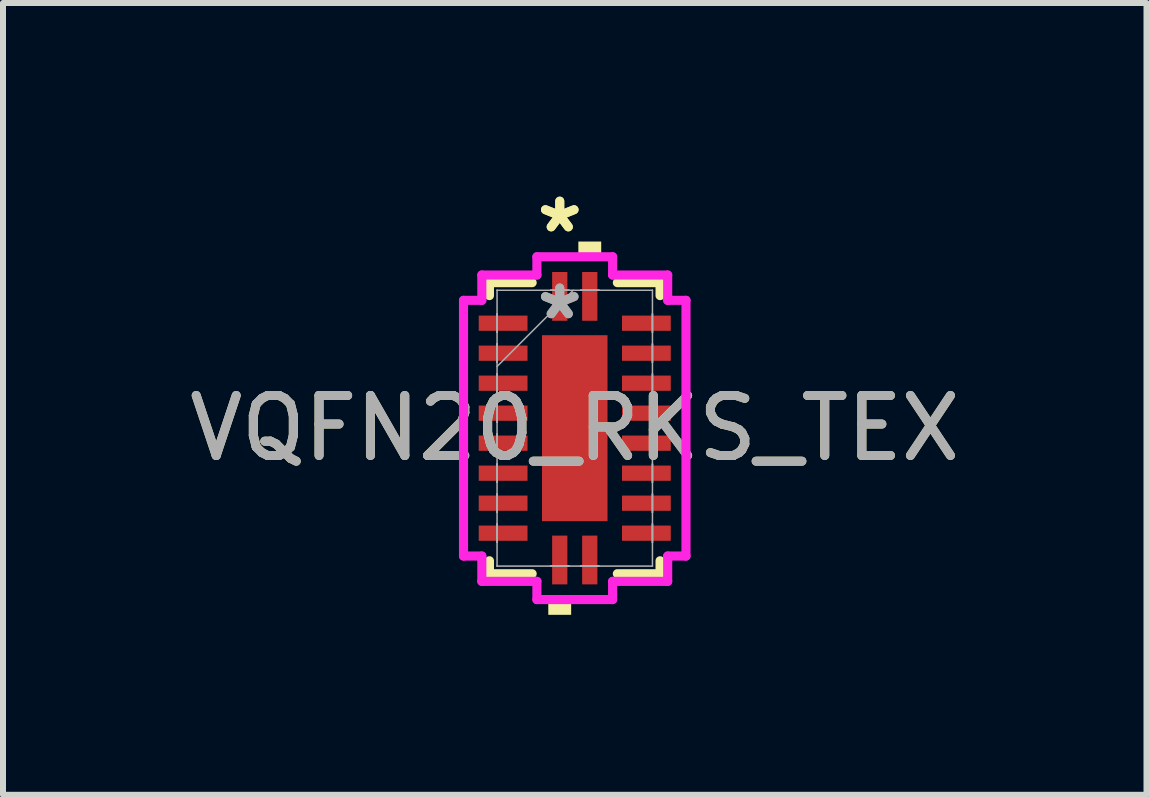
<source format=kicad_pcb>
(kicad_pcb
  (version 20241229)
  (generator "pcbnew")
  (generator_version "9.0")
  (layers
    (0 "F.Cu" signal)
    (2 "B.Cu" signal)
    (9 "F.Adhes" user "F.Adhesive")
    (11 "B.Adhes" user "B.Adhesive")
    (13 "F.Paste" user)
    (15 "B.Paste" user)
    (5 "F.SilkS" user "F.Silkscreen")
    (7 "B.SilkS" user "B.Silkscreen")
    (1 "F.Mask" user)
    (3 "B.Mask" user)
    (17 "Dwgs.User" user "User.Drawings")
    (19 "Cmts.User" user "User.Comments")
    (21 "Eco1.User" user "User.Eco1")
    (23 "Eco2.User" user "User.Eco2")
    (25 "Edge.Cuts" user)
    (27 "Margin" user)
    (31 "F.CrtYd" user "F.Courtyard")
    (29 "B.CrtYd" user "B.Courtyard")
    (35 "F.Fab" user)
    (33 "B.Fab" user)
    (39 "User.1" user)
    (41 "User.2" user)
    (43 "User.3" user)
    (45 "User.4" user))
  (footprint "VQFN20_RKS_TEX"
    (layer "F.Cu")
    (at 6.53 4.087)
    (property "Reference" "VQFN20_RKS_TEX" (at 0 0 0) (unlocked yes) (layer "F.SilkS") (effects (font (size 1 1) (thickness 0.15))))
    (attr smd)
    (fp_line (start -1.422 -2.426) (end -1.422 -2.21) (stroke (width 0.152) (type solid)) (layer "F.SilkS"))
    (fp_line (start -1.422 2.21) (end -1.422 2.426) (stroke (width 0.152) (type solid)) (layer "F.SilkS"))
    (fp_line (start -1.422 2.426) (end -0.71 2.426) (stroke (width 0.152) (type solid)) (layer "F.SilkS"))
    (fp_line (start -0.71 -2.426) (end -1.422 -2.426) (stroke (width 0.152) (type solid)) (layer "F.SilkS"))
    (fp_line (start 0.71 2.426) (end 1.422 2.426) (stroke (width 0.152) (type solid)) (layer "F.SilkS"))
    (fp_line (start 1.422 -2.426) (end 0.71 -2.426) (stroke (width 0.152) (type solid)) (layer "F.SilkS"))
    (fp_line (start 1.422 -2.21) (end 1.422 -2.426) (stroke (width 0.152) (type solid)) (layer "F.SilkS"))
    (fp_line (start 1.422 2.426) (end 1.422 2.21) (stroke (width 0.152) (type solid)) (layer "F.SilkS"))
    (fp_poly (pts (xy -0.441 2.857) (xy -0.441 3.111) (xy -0.06 3.111) (xy -0.06 2.857)) (stroke (width 0) (type solid)) (fill yes) (layer "F.SilkS"))
    (fp_poly (pts (xy 0.06 -2.857) (xy 0.06 -3.111) (xy 0.441 -3.111) (xy 0.441 -2.857)) (stroke (width 0) (type solid)) (fill yes) (layer "F.SilkS"))
    (fp_poly (pts (xy -0.446 -1.449) (xy -0.446 -0.1) (xy 0.446 -0.1) (xy 0.446 -1.449)) (stroke (width 0) (type solid)) (fill yes) (layer "F.Paste"))
    (fp_poly (pts (xy -0.446 0.1) (xy -0.446 1.449) (xy 0.446 1.449) (xy 0.446 0.1)) (stroke (width 0) (type solid)) (fill yes) (layer "F.Paste"))
    (fp_line (start -1.854 -2.131) (end -1.549 -2.131) (stroke (width 0.152) (type solid)) (layer "F.CrtYd"))
    (fp_line (start -1.854 2.131) (end -1.854 -2.131) (stroke (width 0.152) (type solid)) (layer "F.CrtYd"))
    (fp_line (start -1.549 -2.553) (end -0.631 -2.553) (stroke (width 0.152) (type solid)) (layer "F.CrtYd"))
    (fp_line (start -1.549 -2.131) (end -1.549 -2.553) (stroke (width 0.152) (type solid)) (layer "F.CrtYd"))
    (fp_line (start -1.549 2.131) (end -1.854 2.131) (stroke (width 0.152) (type solid)) (layer "F.CrtYd"))
    (fp_line (start -1.549 2.553) (end -1.549 2.131) (stroke (width 0.152) (type solid)) (layer "F.CrtYd"))
    (fp_line (start -0.631 -2.857) (end 0.631 -2.857) (stroke (width 0.152) (type solid)) (layer "F.CrtYd"))
    (fp_line (start -0.631 -2.553) (end -0.631 -2.857) (stroke (width 0.152) (type solid)) (layer "F.CrtYd"))
    (fp_line (start -0.631 2.553) (end -1.549 2.553) (stroke (width 0.152) (type solid)) (layer "F.CrtYd"))
    (fp_line (start -0.631 2.857) (end -0.631 2.553) (stroke (width 0.152) (type solid)) (layer "F.CrtYd"))
    (fp_line (start 0.631 -2.857) (end 0.631 -2.553) (stroke (width 0.152) (type solid)) (layer "F.CrtYd"))
    (fp_line (start 0.631 -2.553) (end 1.549 -2.553) (stroke (width 0.152) (type solid)) (layer "F.CrtYd"))
    (fp_line (start 0.631 2.553) (end 0.631 2.857) (stroke (width 0.152) (type solid)) (layer "F.CrtYd"))
    (fp_line (start 0.631 2.857) (end -0.631 2.857) (stroke (width 0.152) (type solid)) (layer "F.CrtYd"))
    (fp_line (start 1.549 -2.553) (end 1.549 -2.131) (stroke (width 0.152) (type solid)) (layer "F.CrtYd"))
    (fp_line (start 1.549 -2.131) (end 1.854 -2.131) (stroke (width 0.152) (type solid)) (layer "F.CrtYd"))
    (fp_line (start 1.549 2.131) (end 1.549 2.553) (stroke (width 0.152) (type solid)) (layer "F.CrtYd"))
    (fp_line (start 1.549 2.553) (end 0.631 2.553) (stroke (width 0.152) (type solid)) (layer "F.CrtYd"))
    (fp_line (start 1.854 -2.131) (end 1.854 2.131) (stroke (width 0.152) (type solid)) (layer "F.CrtYd"))
    (fp_line (start 1.854 2.131) (end 1.549 2.131) (stroke (width 0.152) (type solid)) (layer "F.CrtYd"))
    (fp_line (start -1.295 -2.299) (end -1.295 -2.299) (stroke (width 0.025) (type solid)) (layer "F.Fab"))
    (fp_line (start -1.295 -2.299) (end -1.295 2.299) (stroke (width 0.025) (type solid)) (layer "F.Fab"))
    (fp_line (start -1.295 -1.903) (end -1.295 -1.903) (stroke (width 0.025) (type solid)) (layer "F.Fab"))
    (fp_line (start -1.295 -1.903) (end -1.295 -1.598) (stroke (width 0.025) (type solid)) (layer "F.Fab"))
    (fp_line (start -1.295 -1.598) (end -1.295 -1.903) (stroke (width 0.025) (type solid)) (layer "F.Fab"))
    (fp_line (start -1.295 -1.598) (end -1.295 -1.598) (stroke (width 0.025) (type solid)) (layer "F.Fab"))
    (fp_line (start -1.295 -1.403) (end -1.295 -1.403) (stroke (width 0.025) (type solid)) (layer "F.Fab"))
    (fp_line (start -1.295 -1.403) (end -1.295 -1.098) (stroke (width 0.025) (type solid)) (layer "F.Fab"))
    (fp_line (start -1.295 -1.098) (end -1.295 -1.403) (stroke (width 0.025) (type solid)) (layer "F.Fab"))
    (fp_line (start -1.295 -1.098) (end -1.295 -1.098) (stroke (width 0.025) (type solid)) (layer "F.Fab"))
    (fp_line (start -1.295 -1.029) (end -0.025 -2.299) (stroke (width 0.025) (type solid)) (layer "F.Fab"))
    (fp_line (start -1.295 -0.903) (end -1.295 -0.903) (stroke (width 0.025) (type solid)) (layer "F.Fab"))
    (fp_line (start -1.295 -0.903) (end -1.295 -0.598) (stroke (width 0.025) (type solid)) (layer "F.Fab"))
    (fp_line (start -1.295 -0.598) (end -1.295 -0.903) (stroke (width 0.025) (type solid)) (layer "F.Fab"))
    (fp_line (start -1.295 -0.598) (end -1.295 -0.598) (stroke (width 0.025) (type solid)) (layer "F.Fab"))
    (fp_line (start -1.295 -0.402) (end -1.295 -0.402) (stroke (width 0.025) (type solid)) (layer "F.Fab"))
    (fp_line (start -1.295 -0.402) (end -1.295 -0.098) (stroke (width 0.025) (type solid)) (layer "F.Fab"))
    (fp_line (start -1.295 -0.098) (end -1.295 -0.402) (stroke (width 0.025) (type solid)) (layer "F.Fab"))
    (fp_line (start -1.295 -0.098) (end -1.295 -0.098) (stroke (width 0.025) (type solid)) (layer "F.Fab"))
    (fp_line (start -1.295 0.098) (end -1.295 0.098) (stroke (width 0.025) (type solid)) (layer "F.Fab"))
    (fp_line (start -1.295 0.098) (end -1.295 0.402) (stroke (width 0.025) (type solid)) (layer "F.Fab"))
    (fp_line (start -1.295 0.402) (end -1.295 0.098) (stroke (width 0.025) (type solid)) (layer "F.Fab"))
    (fp_line (start -1.295 0.402) (end -1.295 0.402) (stroke (width 0.025) (type solid)) (layer "F.Fab"))
    (fp_line (start -1.295 0.598) (end -1.295 0.598) (stroke (width 0.025) (type solid)) (layer "F.Fab"))
    (fp_line (start -1.295 0.598) (end -1.295 0.903) (stroke (width 0.025) (type solid)) (layer "F.Fab"))
    (fp_line (start -1.295 0.903) (end -1.295 0.598) (stroke (width 0.025) (type solid)) (layer "F.Fab"))
    (fp_line (start -1.295 0.903) (end -1.295 0.903) (stroke (width 0.025) (type solid)) (layer "F.Fab"))
    (fp_line (start -1.295 1.098) (end -1.295 1.098) (stroke (width 0.025) (type solid)) (layer "F.Fab"))
    (fp_line (start -1.295 1.098) (end -1.295 1.403) (stroke (width 0.025) (type solid)) (layer "F.Fab"))
    (fp_line (start -1.295 1.403) (end -1.295 1.098) (stroke (width 0.025) (type solid)) (layer "F.Fab"))
    (fp_line (start -1.295 1.403) (end -1.295 1.403) (stroke (width 0.025) (type solid)) (layer "F.Fab"))
    (fp_line (start -1.295 1.598) (end -1.295 1.598) (stroke (width 0.025) (type solid)) (layer "F.Fab"))
    (fp_line (start -1.295 1.598) (end -1.295 1.903) (stroke (width 0.025) (type solid)) (layer "F.Fab"))
    (fp_line (start -1.295 1.903) (end -1.295 1.598) (stroke (width 0.025) (type solid)) (layer "F.Fab"))
    (fp_line (start -1.295 1.903) (end -1.295 1.903) (stroke (width 0.025) (type solid)) (layer "F.Fab"))
    (fp_line (start -1.295 2.299) (end -1.295 2.299) (stroke (width 0.025) (type solid)) (layer "F.Fab"))
    (fp_line (start -1.295 2.299) (end 1.295 2.299) (stroke (width 0.025) (type solid)) (layer "F.Fab"))
    (fp_line (start -0.402 -2.299) (end -0.402 -2.299) (stroke (width 0.025) (type solid)) (layer "F.Fab"))
    (fp_line (start -0.402 -2.299) (end -0.098 -2.299) (stroke (width 0.025) (type solid)) (layer "F.Fab"))
    (fp_line (start -0.402 2.299) (end -0.402 2.299) (stroke (width 0.025) (type solid)) (layer "F.Fab"))
    (fp_line (start -0.402 2.299) (end -0.098 2.299) (stroke (width 0.025) (type solid)) (layer "F.Fab"))
    (fp_line (start -0.098 -2.299) (end -0.402 -2.299) (stroke (width 0.025) (type solid)) (layer "F.Fab"))
    (fp_line (start -0.098 -2.299) (end -0.098 -2.299) (stroke (width 0.025) (type solid)) (layer "F.Fab"))
    (fp_line (start -0.098 2.299) (end -0.402 2.299) (stroke (width 0.025) (type solid)) (layer "F.Fab"))
    (fp_line (start -0.098 2.299) (end -0.098 2.299) (stroke (width 0.025) (type solid)) (layer "F.Fab"))
    (fp_line (start 0.098 -2.299) (end 0.098 -2.299) (stroke (width 0.025) (type solid)) (layer "F.Fab"))
    (fp_line (start 0.098 -2.299) (end 0.402 -2.299) (stroke (width 0.025) (type solid)) (layer "F.Fab"))
    (fp_line (start 0.098 2.299) (end 0.098 2.299) (stroke (width 0.025) (type solid)) (layer "F.Fab"))
    (fp_line (start 0.098 2.299) (end 0.402 2.299) (stroke (width 0.025) (type solid)) (layer "F.Fab"))
    (fp_line (start 0.402 -2.299) (end 0.098 -2.299) (stroke (width 0.025) (type solid)) (layer "F.Fab"))
    (fp_line (start 0.402 -2.299) (end 0.402 -2.299) (stroke (width 0.025) (type solid)) (layer "F.Fab"))
    (fp_line (start 0.402 2.299) (end 0.098 2.299) (stroke (width 0.025) (type solid)) (layer "F.Fab"))
    (fp_line (start 0.402 2.299) (end 0.402 2.299) (stroke (width 0.025) (type solid)) (layer "F.Fab"))
    (fp_line (start 1.295 -2.299) (end -1.295 -2.299) (stroke (width 0.025) (type solid)) (layer "F.Fab"))
    (fp_line (start 1.295 -2.299) (end 1.295 -2.299) (stroke (width 0.025) (type solid)) (layer "F.Fab"))
    (fp_line (start 1.295 -1.903) (end 1.295 -1.903) (stroke (width 0.025) (type solid)) (layer "F.Fab"))
    (fp_line (start 1.295 -1.903) (end 1.295 -1.598) (stroke (width 0.025) (type solid)) (layer "F.Fab"))
    (fp_line (start 1.295 -1.598) (end 1.295 -1.903) (stroke (width 0.025) (type solid)) (layer "F.Fab"))
    (fp_line (start 1.295 -1.598) (end 1.295 -1.598) (stroke (width 0.025) (type solid)) (layer "F.Fab"))
    (fp_line (start 1.295 -1.403) (end 1.295 -1.403) (stroke (width 0.025) (type solid)) (layer "F.Fab"))
    (fp_line (start 1.295 -1.403) (end 1.295 -1.098) (stroke (width 0.025) (type solid)) (layer "F.Fab"))
    (fp_line (start 1.295 -1.098) (end 1.295 -1.403) (stroke (width 0.025) (type solid)) (layer "F.Fab"))
    (fp_line (start 1.295 -1.098) (end 1.295 -1.098) (stroke (width 0.025) (type solid)) (layer "F.Fab"))
    (fp_line (start 1.295 -0.903) (end 1.295 -0.903) (stroke (width 0.025) (type solid)) (layer "F.Fab"))
    (fp_line (start 1.295 -0.903) (end 1.295 -0.598) (stroke (width 0.025) (type solid)) (layer "F.Fab"))
    (fp_line (start 1.295 -0.598) (end 1.295 -0.903) (stroke (width 0.025) (type solid)) (layer "F.Fab"))
    (fp_line (start 1.295 -0.598) (end 1.295 -0.598) (stroke (width 0.025) (type solid)) (layer "F.Fab"))
    (fp_line (start 1.295 -0.402) (end 1.295 -0.402) (stroke (width 0.025) (type solid)) (layer "F.Fab"))
    (fp_line (start 1.295 -0.402) (end 1.295 -0.098) (stroke (width 0.025) (type solid)) (layer "F.Fab"))
    (fp_line (start 1.295 -0.098) (end 1.295 -0.402) (stroke (width 0.025) (type solid)) (layer "F.Fab"))
    (fp_line (start 1.295 -0.098) (end 1.295 -0.098) (stroke (width 0.025) (type solid)) (layer "F.Fab"))
    (fp_line (start 1.295 0.098) (end 1.295 0.098) (stroke (width 0.025) (type solid)) (layer "F.Fab"))
    (fp_line (start 1.295 0.098) (end 1.295 0.402) (stroke (width 0.025) (type solid)) (layer "F.Fab"))
    (fp_line (start 1.295 0.402) (end 1.295 0.098) (stroke (width 0.025) (type solid)) (layer "F.Fab"))
    (fp_line (start 1.295 0.402) (end 1.295 0.402) (stroke (width 0.025) (type solid)) (layer "F.Fab"))
    (fp_line (start 1.295 0.598) (end 1.295 0.598) (stroke (width 0.025) (type solid)) (layer "F.Fab"))
    (fp_line (start 1.295 0.598) (end 1.295 0.903) (stroke (width 0.025) (type solid)) (layer "F.Fab"))
    (fp_line (start 1.295 0.903) (end 1.295 0.598) (stroke (width 0.025) (type solid)) (layer "F.Fab"))
    (fp_line (start 1.295 0.903) (end 1.295 0.903) (stroke (width 0.025) (type solid)) (layer "F.Fab"))
    (fp_line (start 1.295 1.098) (end 1.295 1.098) (stroke (width 0.025) (type solid)) (layer "F.Fab"))
    (fp_line (start 1.295 1.098) (end 1.295 1.403) (stroke (width 0.025) (type solid)) (layer "F.Fab"))
    (fp_line (start 1.295 1.403) (end 1.295 1.098) (stroke (width 0.025) (type solid)) (layer "F.Fab"))
    (fp_line (start 1.295 1.403) (end 1.295 1.403) (stroke (width 0.025) (type solid)) (layer "F.Fab"))
    (fp_line (start 1.295 1.598) (end 1.295 1.598) (stroke (width 0.025) (type solid)) (layer "F.Fab"))
    (fp_line (start 1.295 1.598) (end 1.295 1.903) (stroke (width 0.025) (type solid)) (layer "F.Fab"))
    (fp_line (start 1.295 1.903) (end 1.295 1.598) (stroke (width 0.025) (type solid)) (layer "F.Fab"))
    (fp_line (start 1.295 1.903) (end 1.295 1.903) (stroke (width 0.025) (type solid)) (layer "F.Fab"))
    (fp_line (start 1.295 2.299) (end 1.295 -2.299) (stroke (width 0.025) (type solid)) (layer "F.Fab"))
    (fp_line (start 1.295 2.299) (end 1.295 2.299) (stroke (width 0.025) (type solid)) (layer "F.Fab"))
    (fp_text user "*" (at -0.25 -3.239 0) (unlocked yes) (layer "F.SilkS") (effects (font (size 1 1) (thickness 0.15))))
    (fp_text user "*" (at -0.25 -3.239 0) (layer "F.SilkS") (effects (font (size 1 1) (thickness 0.15))))
    (fp_text user "*" (at -0.25 -1.791 0) (unlocked yes) (layer "F.Fab") (effects (font (size 1 1) (thickness 0.15))))
    (fp_text user "*" (at -0.25 -1.791 0) (layer "F.Fab") (effects (font (size 1 1) (thickness 0.15))))
    (fp_text user "${REFERENCE}" (at 0 0 0) (unlocked yes) (layer "F.Fab") (effects (font (size 1 1) (thickness 0.15))))
    (pad "1" smd rect (at -0.25 -2.197) (size 0.254 0.813) (layers "F.Cu" "F.Mask" "F.Paste"))
    (pad "2" smd rect (at -1.194 -1.75 90) (size 0.254 0.813) (layers "F.Cu" "F.Mask" "F.Paste"))
    (pad "3" smd rect (at -1.194 -1.25 90) (size 0.254 0.813) (layers "F.Cu" "F.Mask" "F.Paste"))
    (pad "4" smd rect (at -1.194 -0.75 90) (size 0.254 0.813) (layers "F.Cu" "F.Mask" "F.Paste"))
    (pad "5" smd rect (at -1.194 -0.25 90) (size 0.254 0.813) (layers "F.Cu" "F.Mask" "F.Paste"))
    (pad "6" smd rect (at -1.194 0.25 90) (size 0.254 0.813) (layers "F.Cu" "F.Mask" "F.Paste"))
    (pad "7" smd rect (at -1.194 0.75 90) (size 0.254 0.813) (layers "F.Cu" "F.Mask" "F.Paste"))
    (pad "8" smd rect (at -1.194 1.25 90) (size 0.254 0.813) (layers "F.Cu" "F.Mask" "F.Paste"))
    (pad "9" smd rect (at -1.194 1.75 90) (size 0.254 0.813) (layers "F.Cu" "F.Mask" "F.Paste"))
    (pad "10" smd rect (at -0.25 2.197) (size 0.254 0.813) (layers "F.Cu" "F.Mask" "F.Paste"))
    (pad "11" smd rect (at 0.25 2.197) (size 0.254 0.813) (layers "F.Cu" "F.Mask" "F.Paste"))
    (pad "12" smd rect (at 1.194 1.75 90) (size 0.254 0.813) (layers "F.Cu" "F.Mask" "F.Paste"))
    (pad "13" smd rect (at 1.194 1.25 90) (size 0.254 0.813) (layers "F.Cu" "F.Mask" "F.Paste"))
    (pad "14" smd rect (at 1.194 0.75 90) (size 0.254 0.813) (layers "F.Cu" "F.Mask" "F.Paste"))
    (pad "15" smd rect (at 1.194 0.25 90) (size 0.254 0.813) (layers "F.Cu" "F.Mask" "F.Paste"))
    (pad "16" smd rect (at 1.194 -0.25 90) (size 0.254 0.813) (layers "F.Cu" "F.Mask" "F.Paste"))
    (pad "17" smd rect (at 1.194 -0.75 90) (size 0.254 0.813) (layers "F.Cu" "F.Mask" "F.Paste"))
    (pad "18" smd rect (at 1.194 -1.25 90) (size 0.254 0.813) (layers "F.Cu" "F.Mask" "F.Paste"))
    (pad "19" smd rect (at 1.194 -1.75 90) (size 0.254 0.813) (layers "F.Cu" "F.Mask" "F.Paste"))
    (pad "20" smd rect (at 0.25 -2.197) (size 0.254 0.813) (layers "F.Cu" "F.Mask" "F.Paste"))
    (pad "21" smd rect (at 0 0) (size 1.092 3.099) (layers "F.Cu" "F.Mask" "F.Paste")))
  (gr_rect
    (start -3 -3)
    (end 16.06 10.198)
    (stroke (width 0.1) (type default))
    (fill no)
    (layer "Edge.Cuts")))
</source>
